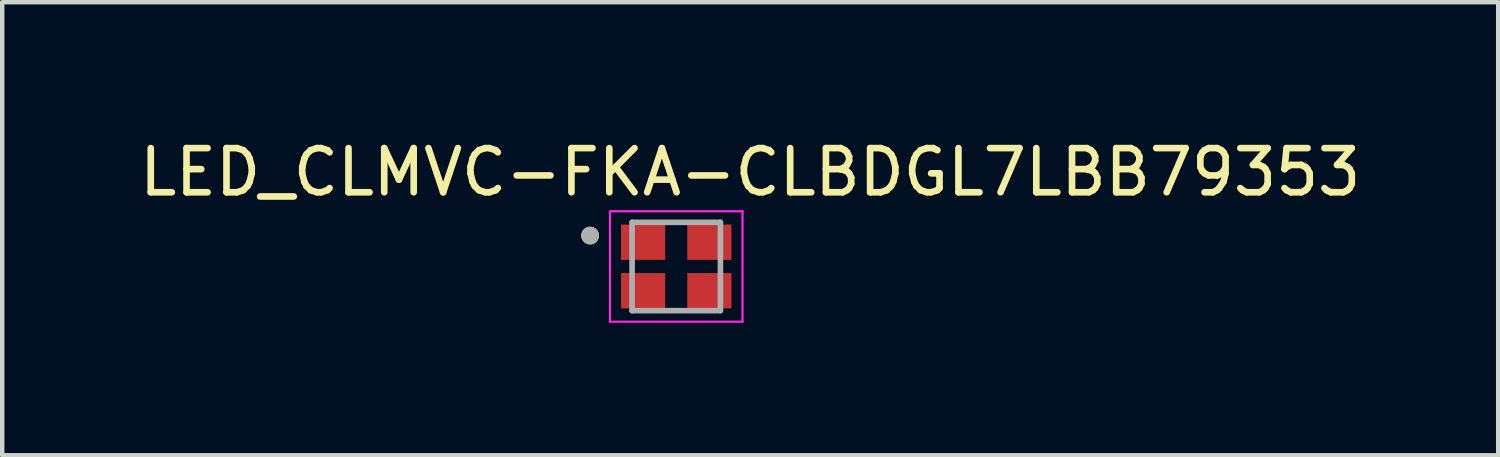
<source format=kicad_pcb>
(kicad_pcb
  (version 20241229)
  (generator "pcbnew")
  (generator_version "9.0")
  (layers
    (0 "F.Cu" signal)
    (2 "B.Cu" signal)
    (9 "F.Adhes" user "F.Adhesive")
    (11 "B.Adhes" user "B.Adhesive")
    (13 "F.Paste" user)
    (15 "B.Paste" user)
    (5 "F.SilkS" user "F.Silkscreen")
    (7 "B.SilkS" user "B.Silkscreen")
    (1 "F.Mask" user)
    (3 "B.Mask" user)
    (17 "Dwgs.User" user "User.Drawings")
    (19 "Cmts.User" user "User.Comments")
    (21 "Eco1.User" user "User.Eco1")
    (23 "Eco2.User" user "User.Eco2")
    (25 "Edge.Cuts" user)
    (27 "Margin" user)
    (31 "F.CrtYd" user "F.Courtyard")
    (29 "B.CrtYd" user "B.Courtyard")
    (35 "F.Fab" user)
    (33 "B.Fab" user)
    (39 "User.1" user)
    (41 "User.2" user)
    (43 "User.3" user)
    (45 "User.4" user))
  (footprint "LED_CLMVC-FKA-CLBDGL7LBB79353"
    (layer "F.Cu")
    (at 12.26 2.983)
    (property "Reference" "LED_CLMVC-FKA-CLBDGL7LBB79353" (at 1.675 -2.135 0) (layer "F.SilkS") (effects (font (size 1 1) (thickness 0.15))))
    (attr smd)
    (fp_circle (center -1.95 -0.7) (end -1.85 -0.7) (stroke (width 0.2) (type solid)) (fill no) (layer "F.SilkS"))
    (fp_line (start -1.5 -1.25) (end -1.5 1.25) (stroke (width 0.05) (type solid)) (layer "F.CrtYd"))
    (fp_line (start -1.5 1.25) (end 1.5 1.25) (stroke (width 0.05) (type solid)) (layer "F.CrtYd"))
    (fp_line (start 1.5 -1.25) (end -1.5 -1.25) (stroke (width 0.05) (type solid)) (layer "F.CrtYd"))
    (fp_line (start 1.5 1.25) (end 1.5 -1.25) (stroke (width 0.05) (type solid)) (layer "F.CrtYd"))
    (fp_line (start -1 -1) (end -1 1) (stroke (width 0.127) (type solid)) (layer "F.Fab"))
    (fp_line (start -1 1) (end 1 1) (stroke (width 0.127) (type solid)) (layer "F.Fab"))
    (fp_line (start 1 -1) (end -1 -1) (stroke (width 0.127) (type solid)) (layer "F.Fab"))
    (fp_line (start 1 1) (end 1 -1) (stroke (width 0.127) (type solid)) (layer "F.Fab"))
    (fp_circle (center -1.95 -0.7) (end -1.85 -0.7) (stroke (width 0.2) (type solid)) (fill no) (layer "F.Fab"))
    (pad "1" smd rect (at -0.75 -0.55) (size 1 0.8) (layers "F.Cu" "F.Mask" "F.Paste"))
    (pad "2" smd rect (at 0.75 -0.55) (size 1 0.8) (layers "F.Cu" "F.Mask" "F.Paste"))
    (pad "3" smd rect (at 0.75 0.55) (size 1 0.8) (layers "F.Cu" "F.Mask" "F.Paste"))
    (pad "4" smd rect (at -0.75 0.55) (size 1 0.8) (layers "F.Cu" "F.Mask" "F.Paste")))
  (gr_rect
    (start -3 -3)
    (end 30.869 7.258)
    (stroke (width 0.1) (type default))
    (fill no)
    (layer "Edge.Cuts")))
</source>
